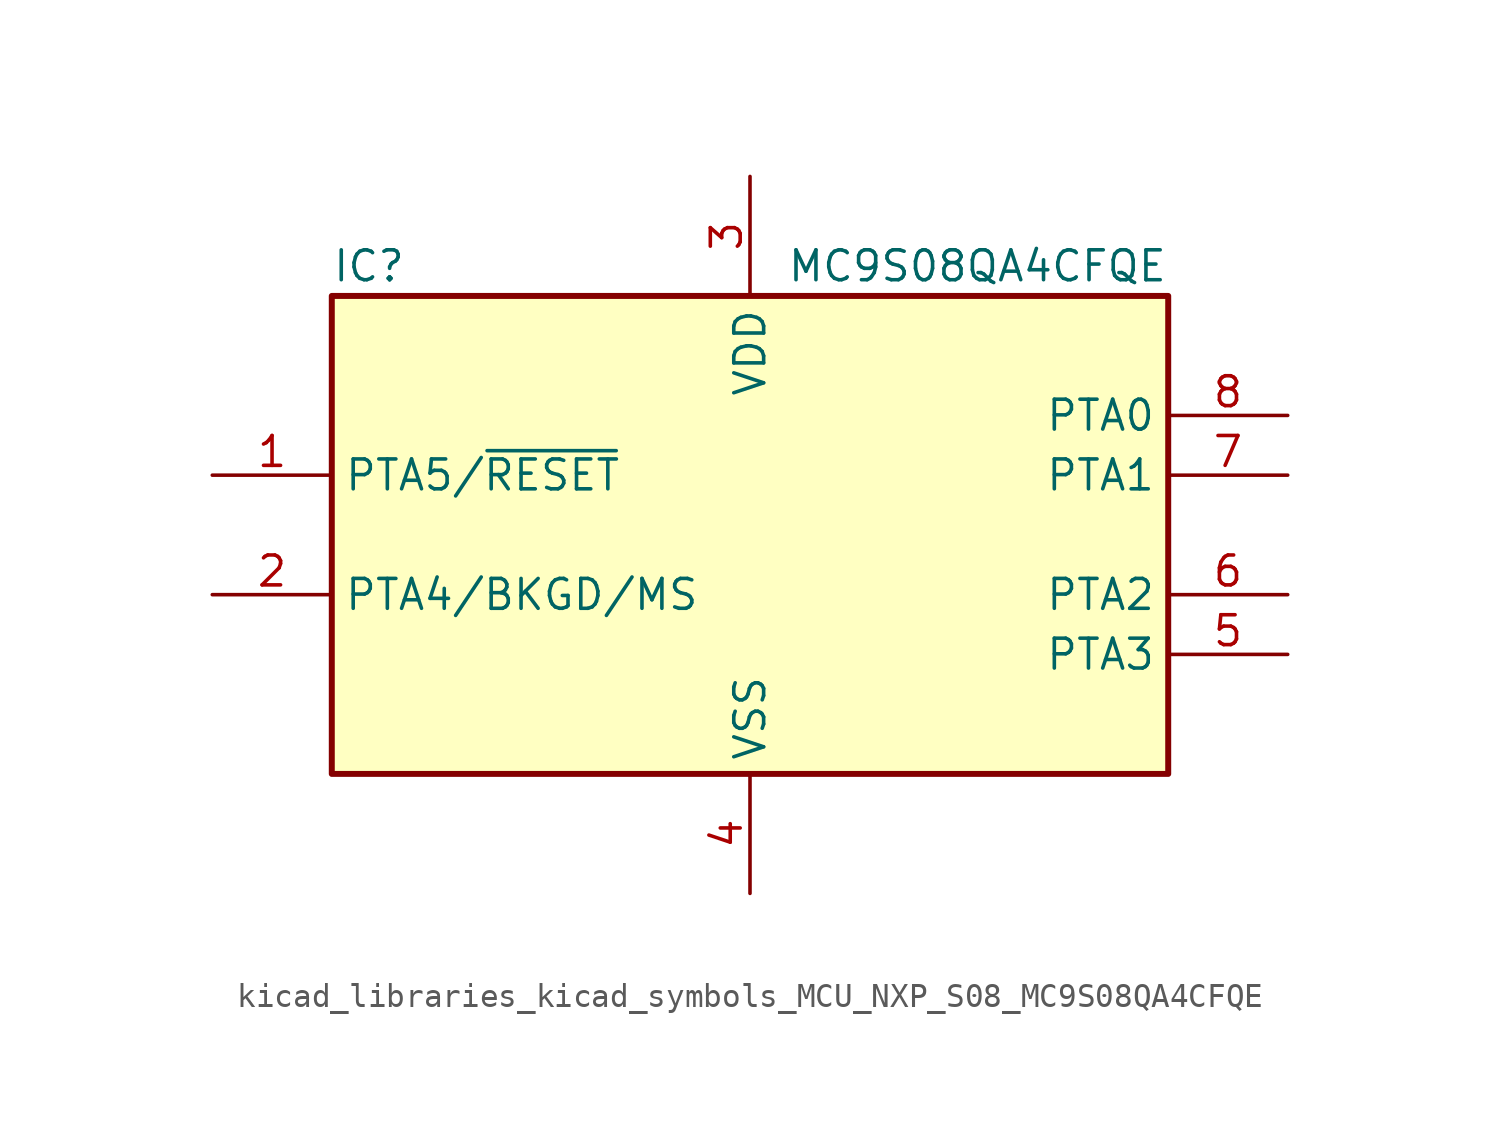
<source format=kicad_sym>
(kicad_symbol_lib
  (version 20220914)
  (generator kicad_symbol_editor)
  (symbol "kicad_libraries_kicad_symbols_MCU_NXP_S08_MC9S08QA4CFQE"
    (property "Reference" "IC"
      (at -17.78 11.43 0)
      (effects (font (size 1.27 1.27)) (justify left)))
    (property "Value" "MC9S08QA4CFQE"
      (at 17.78 11.43 0)
      (effects (font (size 1.27 1.27)) (justify right)))
    (symbol "kicad_libraries_kicad_symbols_MCU_NXP_S08_MC9S08QA4CFQE_0_1"
      (rectangle (start -17.78 10.16) (end 17.78 -10.16) (stroke (width 0.254) (type default)) (fill (type background))))
    (symbol "kicad_libraries_kicad_symbols_MCU_NXP_S08_MC9S08QA4CFQE_1_1"
      (pin bidirectional line (at -22.86 2.54 0) (length 5.08) (name "PTA5/~{RESET}" (effects (font (size 1.27 1.27)))) (number "1" (effects (font (size 1.27 1.27)))))
      (pin bidirectional line (at -22.86 -2.54 0) (length 5.08) (name "PTA4/BKGD/MS" (effects (font (size 1.27 1.27)))) (number "2" (effects (font (size 1.27 1.27)))))
      (pin power_in line (at 0 15.24 270) (length 5.08) (name "VDD" (effects (font (size 1.27 1.27)))) (number "3" (effects (font (size 1.27 1.27)))))
      (pin power_in line (at 0 -15.24 90) (length 5.08) (name "VSS" (effects (font (size 1.27 1.27)))) (number "4" (effects (font (size 1.27 1.27)))))
      (pin bidirectional line (at 22.86 -5.08 180) (length 5.08) (name "PTA3" (effects (font (size 1.27 1.27)))) (number "5" (effects (font (size 1.27 1.27)))))
      (pin bidirectional line (at 22.86 -2.54 180) (length 5.08) (name "PTA2" (effects (font (size 1.27 1.27)))) (number "6" (effects (font (size 1.27 1.27)))))
      (pin bidirectional line (at 22.86 2.54 180) (length 5.08) (name "PTA1" (effects (font (size 1.27 1.27)))) (number "7" (effects (font (size 1.27 1.27)))))
      (pin bidirectional line (at 22.86 5.08 180) (length 5.08) (name "PTA0" (effects (font (size 1.27 1.27)))) (number "8" (effects (font (size 1.27 1.27))))))))
</source>
